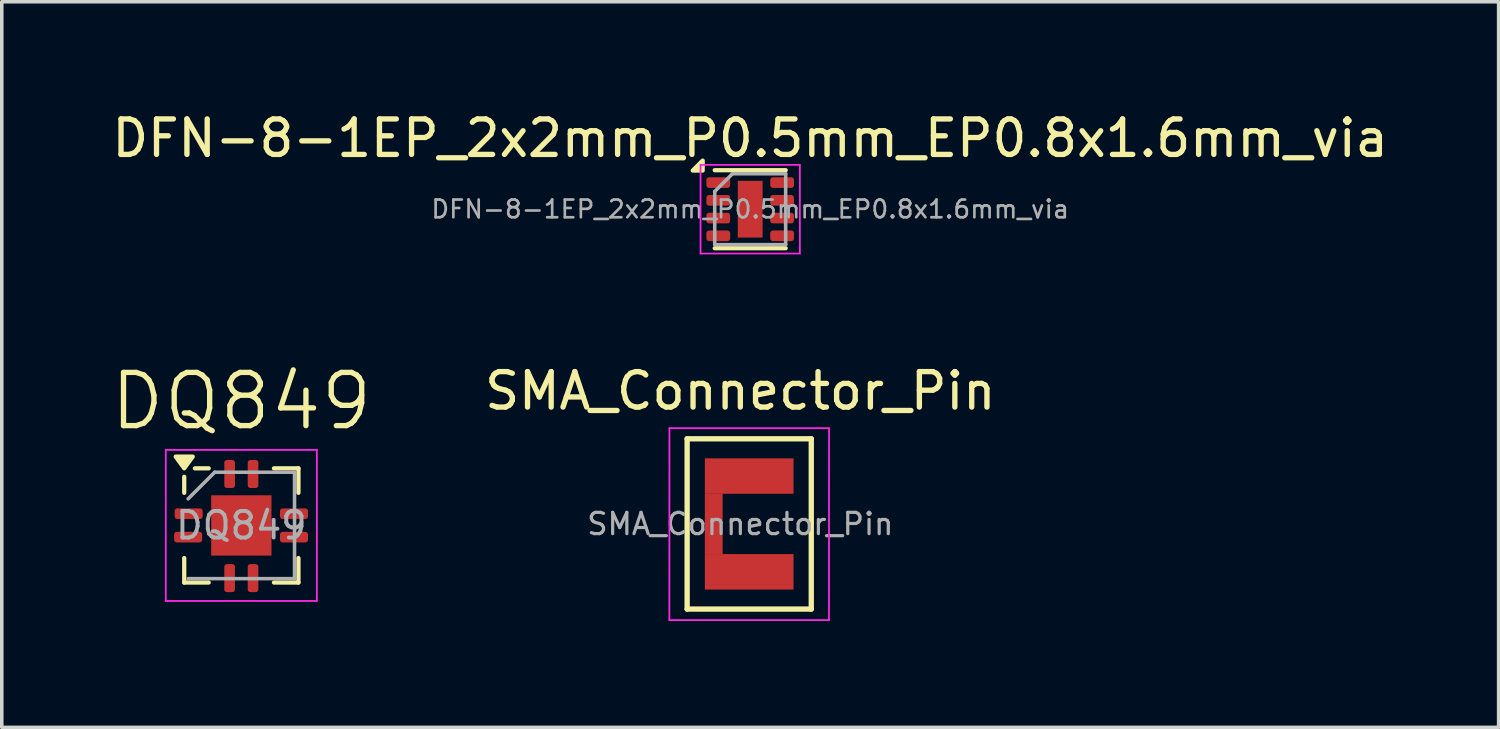
<source format=kicad_pcb>
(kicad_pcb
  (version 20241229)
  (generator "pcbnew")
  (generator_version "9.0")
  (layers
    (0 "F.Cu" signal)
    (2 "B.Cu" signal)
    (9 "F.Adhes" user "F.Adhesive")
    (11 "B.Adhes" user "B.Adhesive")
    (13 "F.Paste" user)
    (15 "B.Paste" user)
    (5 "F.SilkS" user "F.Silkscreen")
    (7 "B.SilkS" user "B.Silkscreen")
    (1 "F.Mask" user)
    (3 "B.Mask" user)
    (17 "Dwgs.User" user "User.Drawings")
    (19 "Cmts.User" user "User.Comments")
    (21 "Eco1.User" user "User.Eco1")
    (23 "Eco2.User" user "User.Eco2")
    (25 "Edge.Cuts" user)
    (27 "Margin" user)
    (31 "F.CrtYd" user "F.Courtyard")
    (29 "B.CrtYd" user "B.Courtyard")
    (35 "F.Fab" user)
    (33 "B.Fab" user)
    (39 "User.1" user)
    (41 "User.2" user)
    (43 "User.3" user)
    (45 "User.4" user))
  (footprint "SMA_Connector_Pin"
    (layer "F.Cu")
    (at 17.823 11.722)
    (property "Reference" "SMA_Connector_Pin" (at 0 -3.75 0) (layer "F.SilkS") (effects (font (size 1 1) (thickness 0.15))))
    (attr smd)
    (fp_line (start -1.5 -2.4) (end 2 -2.4) (stroke (width 0.15) (type solid)) (layer "F.SilkS"))
    (fp_line (start -1.5 2.4) (end -1.5 -2.4) (stroke (width 0.15) (type solid)) (layer "F.SilkS"))
    (fp_line (start 2 -2.4) (end 2 2.4) (stroke (width 0.15) (type solid)) (layer "F.SilkS"))
    (fp_line (start 2 2.4) (end -1.5 2.4) (stroke (width 0.15) (type solid)) (layer "F.SilkS"))
    (fp_line (start -2.001 2.711) (end -1.999 -2.7) (stroke (width 0.05) (type solid)) (layer "F.CrtYd"))
    (fp_line (start -1.999 -2.7) (end 2.501 -2.7) (stroke (width 0.05) (type solid)) (layer "F.CrtYd"))
    (fp_line (start 2.499 2.711) (end -2.001 2.711) (stroke (width 0.05) (type solid)) (layer "F.CrtYd"))
    (fp_line (start 2.501 -2.7) (end 2.499 2.711) (stroke (width 0.05) (type solid)) (layer "F.CrtYd"))
    (fp_text user "${REFERENCE}" (at 0 0 0) (layer "F.Fab") (effects (font (size 0.6 0.6) (thickness 0.09))))
    (pad "" smd rect (at 0.25 -1.35) (size 2.5 1) (layers "F.Cu" "F.Mask" "F.Paste"))
    (pad "" smd rect (at 0.25 1.35 180) (size 2.5 1) (layers "F.Cu" "F.Mask" "F.Paste"))
    (pad "1" smd rect (at -0.75 0 90) (size 1.711 0.501) (layers "F.Cu" "F.Mask" "F.Paste")))
  (footprint "DFN-8-1EP_2x2mm_P0.5mm_EP0.8x1.6mm_via"
    (layer "F.Cu")
    (at 18.101 2.848)
    (property "Reference" "DFN-8-1EP_2x2mm_P0.5mm_EP0.8x1.6mm_via" (at 0 -2 0) (layer "F.SilkS") (effects (font (size 1 1) (thickness 0.15))))
    (attr smd)
    (fp_line (start -1 -1.1) (end 1 -1.1) (stroke (width 0.12) (type solid)) (layer "F.SilkS"))
    (fp_line (start -1 1.1) (end 1 1.1) (stroke (width 0.12) (type solid)) (layer "F.SilkS"))
    (fp_poly (pts (xy -1.34 -1.09) (xy -1.62 -1.09) (xy -1.34 -1.37) (xy -1.34 -1.09)) (stroke (width 0.12) (type solid)) (fill yes) (layer "F.SilkS"))
    (fp_line (start -1.4 -1.25) (end -1.4 1.25) (stroke (width 0.05) (type solid)) (layer "F.CrtYd"))
    (fp_line (start -1.4 -1.25) (end 1.4 -1.25) (stroke (width 0.05) (type solid)) (layer "F.CrtYd"))
    (fp_line (start -1.4 1.25) (end 1.4 1.25) (stroke (width 0.05) (type solid)) (layer "F.CrtYd"))
    (fp_line (start 1.4 -1.25) (end 1.4 1.25) (stroke (width 0.05) (type solid)) (layer "F.CrtYd"))
    (fp_line (start -1 -0.5) (end -0.5 -1) (stroke (width 0.1) (type solid)) (layer "F.Fab"))
    (fp_line (start -1 1) (end -1 -0.5) (stroke (width 0.1) (type solid)) (layer "F.Fab"))
    (fp_line (start -0.5 -1) (end 1 -1) (stroke (width 0.1) (type solid)) (layer "F.Fab"))
    (fp_line (start 1 -1) (end 1 1) (stroke (width 0.1) (type solid)) (layer "F.Fab"))
    (fp_line (start 1 1) (end -1 1) (stroke (width 0.1) (type solid)) (layer "F.Fab"))
    (fp_text user "${REFERENCE}" (at 0 0 0) (layer "F.Fab") (effects (font (size 0.5 0.5) (thickness 0.075))))
    (pad "" smd rect (at 0 -0.438) (size 0.6 0.6) (layers "F.Paste"))
    (pad "" smd rect (at 0 0.438) (size 0.6 0.6) (layers "F.Paste"))
    (pad "1" smd roundrect (at -0.9 -0.75) (size 0.67 0.3) (layers "F.Cu" "F.Mask" "F.Paste") (roundrect_rratio 0.25))
    (pad "2" smd roundrect (at -0.9 -0.25) (size 0.67 0.3) (layers "F.Cu" "F.Mask" "F.Paste") (roundrect_rratio 0.25))
    (pad "3" smd roundrect (at -0.9 0.25) (size 0.67 0.3) (layers "F.Cu" "F.Mask" "F.Paste") (roundrect_rratio 0.25))
    (pad "4" smd roundrect (at -0.9 0.75) (size 0.67 0.3) (layers "F.Cu" "F.Mask" "F.Paste") (roundrect_rratio 0.25))
    (pad "5" smd roundrect (at 0.9 0.75) (size 0.67 0.3) (layers "F.Cu" "F.Mask" "F.Paste") (roundrect_rratio 0.25))
    (pad "6" smd roundrect (at 0.9 0.25) (size 0.67 0.3) (layers "F.Cu" "F.Mask" "F.Paste") (roundrect_rratio 0.25))
    (pad "7" smd roundrect (at 0.9 -0.25) (size 0.67 0.3) (layers "F.Cu" "F.Mask" "F.Paste") (roundrect_rratio 0.25))
    (pad "8" smd roundrect (at 0.9 -0.75) (size 0.67 0.3) (layers "F.Cu" "F.Mask" "F.Paste") (roundrect_rratio 0.25))
    (pad "9" smd rect (at 0 0) (size 0.7 1.6) (layers "F.Cu" "F.Mask")))
  (footprint "DQ849"
    (layer "F.Cu")
    (at 3.754 11.764)
    (property "Reference" "DQ849" (at 0 -3.5 0) (layer "F.SilkS") (effects (font (size 1.5 1.5) (thickness 0.15))))
    (attr smd)
    (fp_line (start -1.61 -0.92) (end -1.61 -1.37) (stroke (width 0.12) (type solid)) (layer "F.SilkS"))
    (fp_line (start -1.61 1.61) (end -1.61 0.92) (stroke (width 0.12) (type solid)) (layer "F.SilkS"))
    (fp_line (start -0.92 -1.61) (end -1.31 -1.61) (stroke (width 0.12) (type solid)) (layer "F.SilkS"))
    (fp_line (start -0.92 1.61) (end -1.61 1.61) (stroke (width 0.12) (type solid)) (layer "F.SilkS"))
    (fp_line (start 0.92 -1.61) (end 1.61 -1.61) (stroke (width 0.12) (type solid)) (layer "F.SilkS"))
    (fp_line (start 0.92 1.61) (end 1.61 1.61) (stroke (width 0.12) (type solid)) (layer "F.SilkS"))
    (fp_line (start 1.61 -1.61) (end 1.61 -0.92) (stroke (width 0.12) (type solid)) (layer "F.SilkS"))
    (fp_line (start 1.61 1.61) (end 1.61 0.92) (stroke (width 0.12) (type solid)) (layer "F.SilkS"))
    (fp_poly (pts (xy -1.61 -1.61) (xy -1.85 -1.94) (xy -1.37 -1.94) (xy -1.61 -1.61)) (stroke (width 0.12) (type solid)) (fill yes) (layer "F.SilkS"))
    (fp_line (start -2.13 -2.13) (end -2.13 2.13) (stroke (width 0.05) (type solid)) (layer "F.CrtYd"))
    (fp_line (start -2.13 2.13) (end 2.13 2.13) (stroke (width 0.05) (type solid)) (layer "F.CrtYd"))
    (fp_line (start 2.13 -2.13) (end -2.13 -2.13) (stroke (width 0.05) (type solid)) (layer "F.CrtYd"))
    (fp_line (start 2.13 2.13) (end 2.13 -2.13) (stroke (width 0.05) (type solid)) (layer "F.CrtYd"))
    (fp_line (start -1.5 -0.75) (end -0.75 -1.5) (stroke (width 0.1) (type solid)) (layer "F.Fab"))
    (fp_line (start -0.75 -1.5) (end 1.5 -1.5) (stroke (width 0.1) (type solid)) (layer "F.Fab"))
    (fp_line (start 1.5 -1.5) (end 1.5 1.5) (stroke (width 0.1) (type solid)) (layer "F.Fab"))
    (fp_line (start 1.5 1.5) (end -1.5 1.5) (stroke (width 0.1) (type solid)) (layer "F.Fab"))
    (fp_text user "${REFERENCE}" (at 0 0 0) (layer "F.Fab") (effects (font (size 0.75 0.75) (thickness 0.11))))
    (pad "" smd roundrect (at -0.41 -0.41) (size 0.7 0.7) (layers "F.Paste") (roundrect_rratio 0.25))
    (pad "" smd roundrect (at -0.41 0.41) (size 0.7 0.7) (layers "F.Paste") (roundrect_rratio 0.25))
    (pad "" smd roundrect (at 0.41 -0.41) (size 0.7 0.7) (layers "F.Paste") (roundrect_rratio 0.25))
    (pad "" smd roundrect (at 0.41 0.41) (size 0.7 0.7) (layers "F.Paste") (roundrect_rratio 0.25))
    (pad "1" smd roundrect (at -1.485 -0.33) (size 0.79 0.3) (layers "F.Cu" "F.Mask" "F.Paste") (roundrect_rratio 0.25))
    (pad "2" smd roundrect (at -1.5 0.33) (size 0.79 0.3) (layers "F.Cu" "F.Mask" "F.Paste") (roundrect_rratio 0.25))
    (pad "3" smd roundrect (at -0.33 1.485 90) (size 0.79 0.3) (layers "F.Cu" "F.Mask" "F.Paste") (roundrect_rratio 0.25))
    (pad "4" smd roundrect (at 0.33 1.485 90) (size 0.79 0.3) (layers "F.Cu" "F.Mask" "F.Paste") (roundrect_rratio 0.25))
    (pad "5" smd roundrect (at 1.485 0.33) (size 0.79 0.3) (layers "F.Cu" "F.Mask" "F.Paste") (roundrect_rratio 0.25))
    (pad "6" smd roundrect (at 1.485 -0.33) (size 0.79 0.3) (layers "F.Cu" "F.Mask" "F.Paste") (roundrect_rratio 0.25))
    (pad "7" smd roundrect (at 0.33 -1.45 90) (size 0.79 0.3) (layers "F.Cu" "F.Mask" "F.Paste") (roundrect_rratio 0.25))
    (pad "8" smd roundrect (at -0.33 -1.45 90) (size 0.79 0.3) (layers "F.Cu" "F.Mask" "F.Paste") (roundrect_rratio 0.25))
    (pad "9" smd rect (at 0 0) (size 1.7 1.7) (property pad_prop_heatsink) (layers "F.Cu" "F.Mask")))
  (gr_rect
    (start -3 -3)
    (end 39.202 17.457)
    (stroke (width 0.1) (type default))
    (fill no)
    (layer "Edge.Cuts")))
</source>
